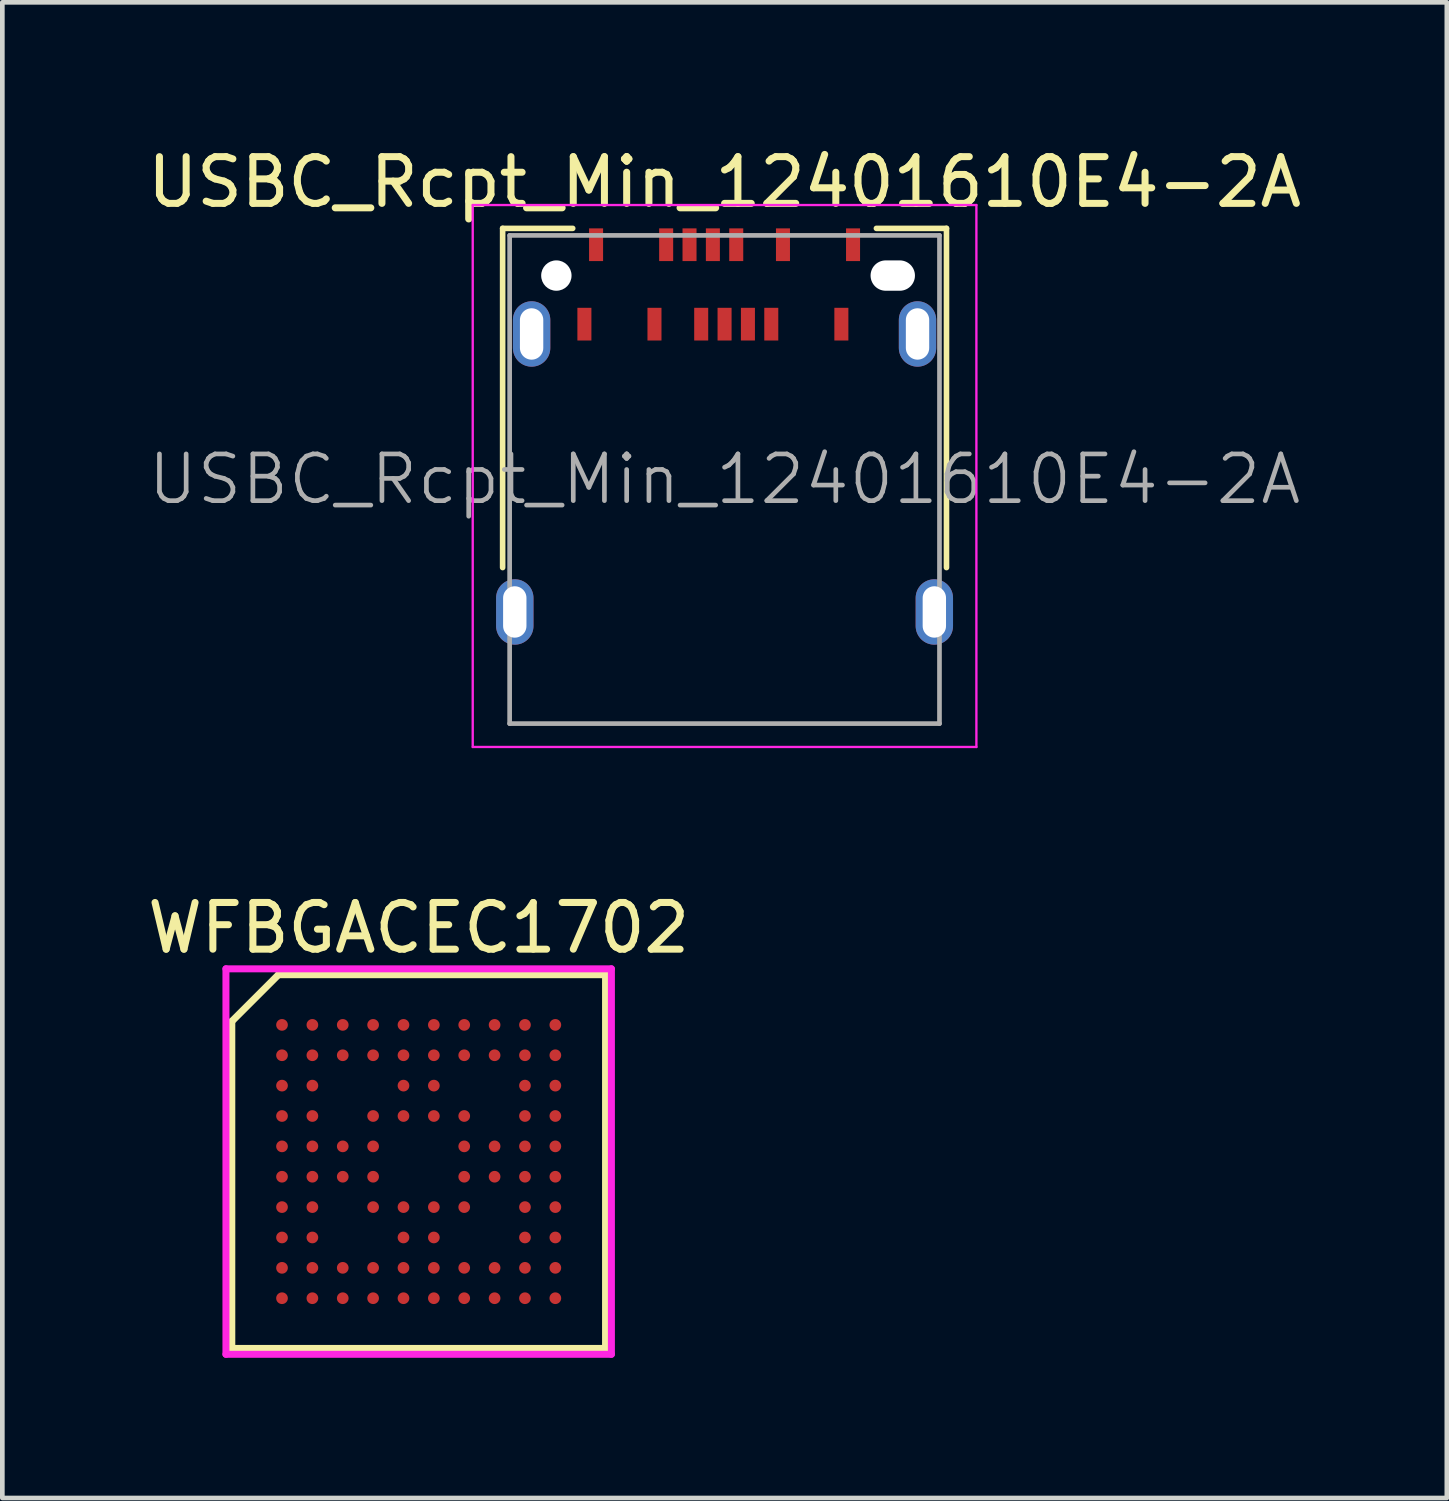
<source format=kicad_pcb>
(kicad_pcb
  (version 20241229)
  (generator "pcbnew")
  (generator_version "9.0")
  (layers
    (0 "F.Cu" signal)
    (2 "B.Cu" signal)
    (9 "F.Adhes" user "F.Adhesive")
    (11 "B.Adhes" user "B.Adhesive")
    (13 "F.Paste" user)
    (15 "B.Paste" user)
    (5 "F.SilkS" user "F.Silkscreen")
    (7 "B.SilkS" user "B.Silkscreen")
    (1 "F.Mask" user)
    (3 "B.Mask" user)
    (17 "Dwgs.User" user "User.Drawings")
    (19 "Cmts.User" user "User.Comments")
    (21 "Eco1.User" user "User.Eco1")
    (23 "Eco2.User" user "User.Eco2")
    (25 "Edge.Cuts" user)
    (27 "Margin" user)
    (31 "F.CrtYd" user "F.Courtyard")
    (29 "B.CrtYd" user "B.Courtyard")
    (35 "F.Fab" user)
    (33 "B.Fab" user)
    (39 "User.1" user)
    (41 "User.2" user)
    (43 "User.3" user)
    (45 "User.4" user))
  (footprint "WFBGACEC1702"
    (layer "F.Cu")
    (at 5.911 21.811)
    (property "Reference" "WFBGACEC1702" (at 0 -5 0) (layer "F.SilkS") (effects (font (size 1 1) (thickness 0.15))))
    (attr smd)
    (fp_line (start -4 -3) (end -3 -4) (stroke (width 0.15) (type solid)) (layer "F.SilkS"))
    (fp_line (start -4 4) (end -4 -3) (stroke (width 0.15) (type solid)) (layer "F.SilkS"))
    (fp_line (start -3 -4) (end 4 -4) (stroke (width 0.15) (type solid)) (layer "F.SilkS"))
    (fp_line (start 4 -4) (end 4 4) (stroke (width 0.15) (type solid)) (layer "F.SilkS"))
    (fp_line (start 4 4) (end -4 4) (stroke (width 0.15) (type solid)) (layer "F.SilkS"))
    (fp_line (start -4.125 -4.125) (end 4.125 -4.125) (stroke (width 0.15) (type solid)) (layer "F.CrtYd"))
    (fp_line (start -4.125 4.125) (end -4.125 -4.125) (stroke (width 0.15) (type solid)) (layer "F.CrtYd"))
    (fp_line (start -4.125 4.125) (end 4.125 4.125) (stroke (width 0.15) (type solid)) (layer "F.CrtYd"))
    (fp_line (start 4.125 -4.125) (end 4.125 4.125) (stroke (width 0.15) (type solid)) (layer "F.CrtYd"))
    (pad "A1" smd circle (at -2.925 -2.925) (size 0.25 0.25) (layers "F.Cu" "F.Mask" "F.Paste"))
    (pad "A2" smd circle (at -2.275 -2.925) (size 0.25 0.25) (layers "F.Cu" "F.Mask" "F.Paste"))
    (pad "A3" smd circle (at -1.625 -2.925) (size 0.25 0.25) (layers "F.Cu" "F.Mask" "F.Paste"))
    (pad "A4" smd circle (at -0.975 -2.925) (size 0.25 0.25) (layers "F.Cu" "F.Mask" "F.Paste"))
    (pad "A5" smd circle (at -0.325 -2.925) (size 0.25 0.25) (layers "F.Cu" "F.Mask" "F.Paste"))
    (pad "A6" smd circle (at 0.325 -2.925) (size 0.25 0.25) (layers "F.Cu" "F.Mask" "F.Paste"))
    (pad "A7" smd circle (at 0.975 -2.925) (size 0.25 0.25) (layers "F.Cu" "F.Mask" "F.Paste"))
    (pad "A8" smd circle (at 1.625 -2.925) (size 0.25 0.25) (layers "F.Cu" "F.Mask" "F.Paste"))
    (pad "A9" smd circle (at 2.275 -2.925) (size 0.25 0.25) (layers "F.Cu" "F.Mask" "F.Paste"))
    (pad "A10" smd circle (at 2.925 -2.925) (size 0.25 0.25) (layers "F.Cu" "F.Mask" "F.Paste"))
    (pad "B1" smd circle (at -2.925 -2.275) (size 0.25 0.25) (layers "F.Cu" "F.Mask" "F.Paste"))
    (pad "B2" smd circle (at -2.275 -2.275) (size 0.25 0.25) (layers "F.Cu" "F.Mask" "F.Paste"))
    (pad "B3" smd circle (at -1.625 -2.275) (size 0.25 0.25) (layers "F.Cu" "F.Mask" "F.Paste"))
    (pad "B4" smd circle (at -0.975 -2.275) (size 0.25 0.25) (layers "F.Cu" "F.Mask" "F.Paste"))
    (pad "B5" smd circle (at -0.325 -2.275) (size 0.25 0.25) (layers "F.Cu" "F.Mask" "F.Paste"))
    (pad "B6" smd circle (at 0.325 -2.275) (size 0.25 0.25) (layers "F.Cu" "F.Mask" "F.Paste"))
    (pad "B7" smd circle (at 0.975 -2.275) (size 0.25 0.25) (layers "F.Cu" "F.Mask" "F.Paste"))
    (pad "B8" smd circle (at 1.625 -2.275) (size 0.25 0.25) (layers "F.Cu" "F.Mask" "F.Paste"))
    (pad "B9" smd circle (at 2.275 -2.275) (size 0.25 0.25) (layers "F.Cu" "F.Mask" "F.Paste"))
    (pad "B10" smd circle (at 2.925 -2.275) (size 0.25 0.25) (layers "F.Cu" "F.Mask" "F.Paste"))
    (pad "C1" smd circle (at -2.925 -1.625) (size 0.25 0.25) (layers "F.Cu" "F.Mask" "F.Paste"))
    (pad "C2" smd circle (at -2.275 -1.625) (size 0.25 0.25) (layers "F.Cu" "F.Mask" "F.Paste"))
    (pad "C5" smd circle (at -0.325 -1.625) (size 0.25 0.25) (layers "F.Cu" "F.Mask" "F.Paste"))
    (pad "C6" smd circle (at 0.325 -1.625) (size 0.25 0.25) (layers "F.Cu" "F.Mask" "F.Paste"))
    (pad "C9" smd circle (at 2.275 -1.625) (size 0.25 0.25) (layers "F.Cu" "F.Mask" "F.Paste"))
    (pad "C10" smd circle (at 2.925 -1.625) (size 0.25 0.25) (layers "F.Cu" "F.Mask" "F.Paste"))
    (pad "D1" smd circle (at -2.925 -0.975) (size 0.25 0.25) (layers "F.Cu" "F.Mask" "F.Paste"))
    (pad "D2" smd circle (at -2.275 -0.975) (size 0.25 0.25) (layers "F.Cu" "F.Mask" "F.Paste"))
    (pad "D4" smd circle (at -0.975 -0.975) (size 0.25 0.25) (layers "F.Cu" "F.Mask" "F.Paste"))
    (pad "D5" smd circle (at -0.325 -0.975) (size 0.25 0.25) (layers "F.Cu" "F.Mask" "F.Paste"))
    (pad "D6" smd circle (at 0.325 -0.975) (size 0.25 0.25) (layers "F.Cu" "F.Mask" "F.Paste"))
    (pad "D7" smd circle (at 0.975 -0.975) (size 0.25 0.25) (layers "F.Cu" "F.Mask" "F.Paste"))
    (pad "D9" smd circle (at 2.275 -0.975) (size 0.25 0.25) (layers "F.Cu" "F.Mask" "F.Paste"))
    (pad "D10" smd circle (at 2.925 -0.975) (size 0.25 0.25) (layers "F.Cu" "F.Mask" "F.Paste"))
    (pad "E1" smd circle (at -2.925 -0.325) (size 0.25 0.25) (layers "F.Cu" "F.Mask" "F.Paste"))
    (pad "E2" smd circle (at -2.275 -0.325) (size 0.25 0.25) (layers "F.Cu" "F.Mask" "F.Paste"))
    (pad "E3" smd circle (at -1.625 -0.325) (size 0.25 0.25) (layers "F.Cu" "F.Mask" "F.Paste"))
    (pad "E4" smd circle (at -0.975 -0.325) (size 0.25 0.25) (layers "F.Cu" "F.Mask" "F.Paste"))
    (pad "E7" smd circle (at 0.975 -0.325) (size 0.25 0.25) (layers "F.Cu" "F.Mask" "F.Paste"))
    (pad "E8" smd circle (at 1.625 -0.325) (size 0.25 0.25) (layers "F.Cu" "F.Mask" "F.Paste"))
    (pad "E9" smd circle (at 2.275 -0.325) (size 0.25 0.25) (layers "F.Cu" "F.Mask" "F.Paste"))
    (pad "E10" smd circle (at 2.925 -0.325) (size 0.25 0.25) (layers "F.Cu" "F.Mask" "F.Paste"))
    (pad "F1" smd circle (at -2.925 0.325) (size 0.25 0.25) (layers "F.Cu" "F.Mask" "F.Paste"))
    (pad "F2" smd circle (at -2.275 0.325) (size 0.25 0.25) (layers "F.Cu" "F.Mask" "F.Paste"))
    (pad "F3" smd circle (at -1.625 0.325) (size 0.25 0.25) (layers "F.Cu" "F.Mask" "F.Paste"))
    (pad "F4" smd circle (at -0.975 0.325) (size 0.25 0.25) (layers "F.Cu" "F.Mask" "F.Paste"))
    (pad "F7" smd circle (at 0.975 0.325) (size 0.25 0.25) (layers "F.Cu" "F.Mask" "F.Paste"))
    (pad "F8" smd circle (at 1.625 0.325) (size 0.25 0.25) (layers "F.Cu" "F.Mask" "F.Paste"))
    (pad "F9" smd circle (at 2.275 0.325) (size 0.25 0.25) (layers "F.Cu" "F.Mask" "F.Paste"))
    (pad "F10" smd circle (at 2.925 0.325) (size 0.25 0.25) (layers "F.Cu" "F.Mask" "F.Paste"))
    (pad "G1" smd circle (at -2.925 0.975) (size 0.25 0.25) (layers "F.Cu" "F.Mask" "F.Paste"))
    (pad "G2" smd circle (at -2.275 0.975) (size 0.25 0.25) (layers "F.Cu" "F.Mask" "F.Paste"))
    (pad "G4" smd circle (at -0.975 0.975) (size 0.25 0.25) (layers "F.Cu" "F.Mask" "F.Paste"))
    (pad "G5" smd circle (at -0.325 0.975) (size 0.25 0.25) (layers "F.Cu" "F.Mask" "F.Paste"))
    (pad "G6" smd circle (at 0.325 0.975) (size 0.25 0.25) (layers "F.Cu" "F.Mask" "F.Paste"))
    (pad "G7" smd circle (at 0.975 0.975) (size 0.25 0.25) (layers "F.Cu" "F.Mask" "F.Paste"))
    (pad "G9" smd circle (at 2.275 0.975) (size 0.25 0.25) (layers "F.Cu" "F.Mask" "F.Paste"))
    (pad "G10" smd circle (at 2.925 0.975) (size 0.25 0.25) (layers "F.Cu" "F.Mask" "F.Paste"))
    (pad "H1" smd circle (at -2.925 1.625) (size 0.25 0.25) (layers "F.Cu" "F.Mask" "F.Paste"))
    (pad "H2" smd circle (at -2.275 1.625) (size 0.25 0.25) (layers "F.Cu" "F.Mask" "F.Paste"))
    (pad "H5" smd circle (at -0.325 1.625) (size 0.25 0.25) (layers "F.Cu" "F.Mask" "F.Paste"))
    (pad "H6" smd circle (at 0.325 1.625) (size 0.25 0.25) (layers "F.Cu" "F.Mask" "F.Paste"))
    (pad "H9" smd circle (at 2.275 1.625) (size 0.25 0.25) (layers "F.Cu" "F.Mask" "F.Paste"))
    (pad "H10" smd circle (at 2.925 1.625) (size 0.25 0.25) (layers "F.Cu" "F.Mask" "F.Paste"))
    (pad "J1" smd circle (at -2.925 2.275) (size 0.25 0.25) (layers "F.Cu" "F.Mask" "F.Paste"))
    (pad "J2" smd circle (at -2.275 2.275) (size 0.25 0.25) (layers "F.Cu" "F.Mask" "F.Paste"))
    (pad "J3" smd circle (at -1.625 2.275) (size 0.25 0.25) (layers "F.Cu" "F.Mask" "F.Paste"))
    (pad "J4" smd circle (at -0.975 2.275) (size 0.25 0.25) (layers "F.Cu" "F.Mask" "F.Paste"))
    (pad "J5" smd circle (at -0.325 2.275) (size 0.25 0.25) (layers "F.Cu" "F.Mask" "F.Paste"))
    (pad "J6" smd circle (at 0.325 2.275) (size 0.25 0.25) (layers "F.Cu" "F.Mask" "F.Paste"))
    (pad "J7" smd circle (at 0.975 2.275) (size 0.25 0.25) (layers "F.Cu" "F.Mask" "F.Paste"))
    (pad "J8" smd circle (at 1.625 2.275) (size 0.25 0.25) (layers "F.Cu" "F.Mask" "F.Paste"))
    (pad "J9" smd circle (at 2.275 2.275) (size 0.25 0.25) (layers "F.Cu" "F.Mask" "F.Paste"))
    (pad "J10" smd circle (at 2.925 2.275) (size 0.25 0.25) (layers "F.Cu" "F.Mask" "F.Paste"))
    (pad "K1" smd circle (at -2.925 2.925) (size 0.25 0.25) (layers "F.Cu" "F.Mask" "F.Paste"))
    (pad "K2" smd circle (at -2.275 2.925) (size 0.25 0.25) (layers "F.Cu" "F.Mask" "F.Paste"))
    (pad "K3" smd circle (at -1.625 2.925) (size 0.25 0.25) (layers "F.Cu" "F.Mask" "F.Paste"))
    (pad "K4" smd circle (at -0.975 2.925) (size 0.25 0.25) (layers "F.Cu" "F.Mask" "F.Paste"))
    (pad "K5" smd circle (at -0.325 2.925) (size 0.25 0.25) (layers "F.Cu" "F.Mask" "F.Paste"))
    (pad "K6" smd circle (at 0.325 2.925) (size 0.25 0.25) (layers "F.Cu" "F.Mask" "F.Paste"))
    (pad "K7" smd circle (at 0.975 2.925) (size 0.25 0.25) (layers "F.Cu" "F.Mask" "F.Paste"))
    (pad "K8" smd circle (at 1.625 2.925) (size 0.25 0.25) (layers "F.Cu" "F.Mask" "F.Paste"))
    (pad "K9" smd circle (at 2.275 2.925) (size 0.25 0.25) (layers "F.Cu" "F.Mask" "F.Paste"))
    (pad "K10" smd circle (at 2.925 2.925) (size 0.25 0.25) (layers "F.Cu" "F.Mask" "F.Paste")))
  (footprint "USBC_Rcpt_Min_12401610E4-2A"
    (layer "F.Cu")
    (at 12.458 7.208)
    (property "Reference" "USBC_Rcpt_Min_12401610E4-2A" (at 0 -6.36 0) (layer "F.SilkS") (effects (font (size 1 1) (thickness 0.15))))
    (attr smd)
    (fp_line (start -4.75 -5.37) (end -4.75 1.89) (stroke (width 0.12) (type solid)) (layer "F.SilkS"))
    (fp_line (start -4.75 -5.37) (end -3.25 -5.37) (stroke (width 0.12) (type solid)) (layer "F.SilkS"))
    (fp_line (start 3.25 -5.37) (end 4.75 -5.37) (stroke (width 0.12) (type solid)) (layer "F.SilkS"))
    (fp_line (start 4.75 -5.37) (end 4.75 1.89) (stroke (width 0.12) (type solid)) (layer "F.SilkS"))
    (fp_line (start -5.39 -5.87) (end 5.39 -5.87) (stroke (width 0.05) (type solid)) (layer "F.CrtYd"))
    (fp_line (start -5.39 5.73) (end -5.39 -5.87) (stroke (width 0.05) (type solid)) (layer "F.CrtYd"))
    (fp_line (start 5.39 -5.87) (end 5.39 5.73) (stroke (width 0.05) (type solid)) (layer "F.CrtYd"))
    (fp_line (start 5.39 5.73) (end -5.39 5.73) (stroke (width 0.05) (type solid)) (layer "F.CrtYd"))
    (fp_line (start -4.6 -5.22) (end 4.6 -5.22) (stroke (width 0.1) (type solid)) (layer "F.Fab"))
    (fp_line (start -4.6 5.23) (end -4.6 -5.22) (stroke (width 0.1) (type solid)) (layer "F.Fab"))
    (fp_line (start -4.6 5.23) (end 4.6 5.23) (stroke (width 0.1) (type solid)) (layer "F.Fab"))
    (fp_line (start 4.6 5.23) (end 4.6 -5.22) (stroke (width 0.1) (type solid)) (layer "F.Fab"))
    (fp_text user "${REFERENCE}" (at 0 0 0) (layer "F.Fab") (effects (font (size 1 1) (thickness 0.1))))
    (pad "" np_thru_hole circle (at -3.6 -4.36) (size 0.65 0.65) (drill 0.65) (layers "*.Cu" "*.Mask"))
    (pad "" np_thru_hole oval (at 3.6 -4.36) (size 0.95 0.65) (drill oval 0.95 0.65) (layers "*.Cu" "*.Mask"))
    (pad "A1" smd rect (at -2.75 -5.02) (size 0.3 0.7) (layers "F.Cu" "F.Mask" "F.Paste"))
    (pad "A4" smd rect (at -1.25 -5.02) (size 0.3 0.7) (layers "F.Cu" "F.Mask" "F.Paste"))
    (pad "A5" smd rect (at -0.75 -5.02) (size 0.3 0.7) (layers "F.Cu" "F.Mask" "F.Paste"))
    (pad "A6" smd rect (at -0.25 -5.02) (size 0.3 0.7) (layers "F.Cu" "F.Mask" "F.Paste"))
    (pad "A7" smd rect (at 0.25 -5.02) (size 0.3 0.7) (layers "F.Cu" "F.Mask" "F.Paste"))
    (pad "A9" smd rect (at 1.25 -5.02) (size 0.3 0.7) (layers "F.Cu" "F.Mask" "F.Paste"))
    (pad "A12" smd rect (at 2.75 -5.02) (size 0.3 0.7) (layers "F.Cu" "F.Mask" "F.Paste"))
    (pad "B1" smd rect (at 2.5 -3.32) (size 0.3 0.7) (layers "F.Cu" "F.Mask" "F.Paste"))
    (pad "B4" smd rect (at 1 -3.32) (size 0.3 0.7) (layers "F.Cu" "F.Mask" "F.Paste"))
    (pad "B5" smd rect (at 0.5 -3.32) (size 0.3 0.7) (layers "F.Cu" "F.Mask" "F.Paste"))
    (pad "B6" smd rect (at 0 -3.32) (size 0.3 0.7) (layers "F.Cu" "F.Mask" "F.Paste"))
    (pad "B7" smd rect (at -0.5 -3.32) (size 0.3 0.7) (layers "F.Cu" "F.Mask" "F.Paste"))
    (pad "B9" smd rect (at -1.5 -3.32) (size 0.3 0.7) (layers "F.Cu" "F.Mask" "F.Paste"))
    (pad "B12" smd rect (at -3 -3.32) (size 0.3 0.7) (layers "F.Cu" "F.Mask" "F.Paste"))
    (pad "S1" thru_hole oval (at -4.49 2.84) (size 0.8 1.4) (drill oval 0.5 1.1) (layers "*.Cu" "*.Mask"))
    (pad "S1" thru_hole oval (at -4.13 -3.11) (size 0.8 1.4) (drill oval 0.5 1.1) (layers "*.Cu" "*.Mask"))
    (pad "S1" thru_hole oval (at 4.13 -3.11) (size 0.8 1.4) (drill oval 0.5 1.1) (layers "*.Cu" "*.Mask"))
    (pad "S1" thru_hole oval (at 4.49 2.84) (size 0.8 1.4) (drill oval 0.5 1.1) (layers "*.Cu" "*.Mask")))
  (gr_rect
    (start -3 -3)
    (end 27.917 29.012)
    (stroke (width 0.1) (type default))
    (fill no)
    (layer "Edge.Cuts")))
</source>
